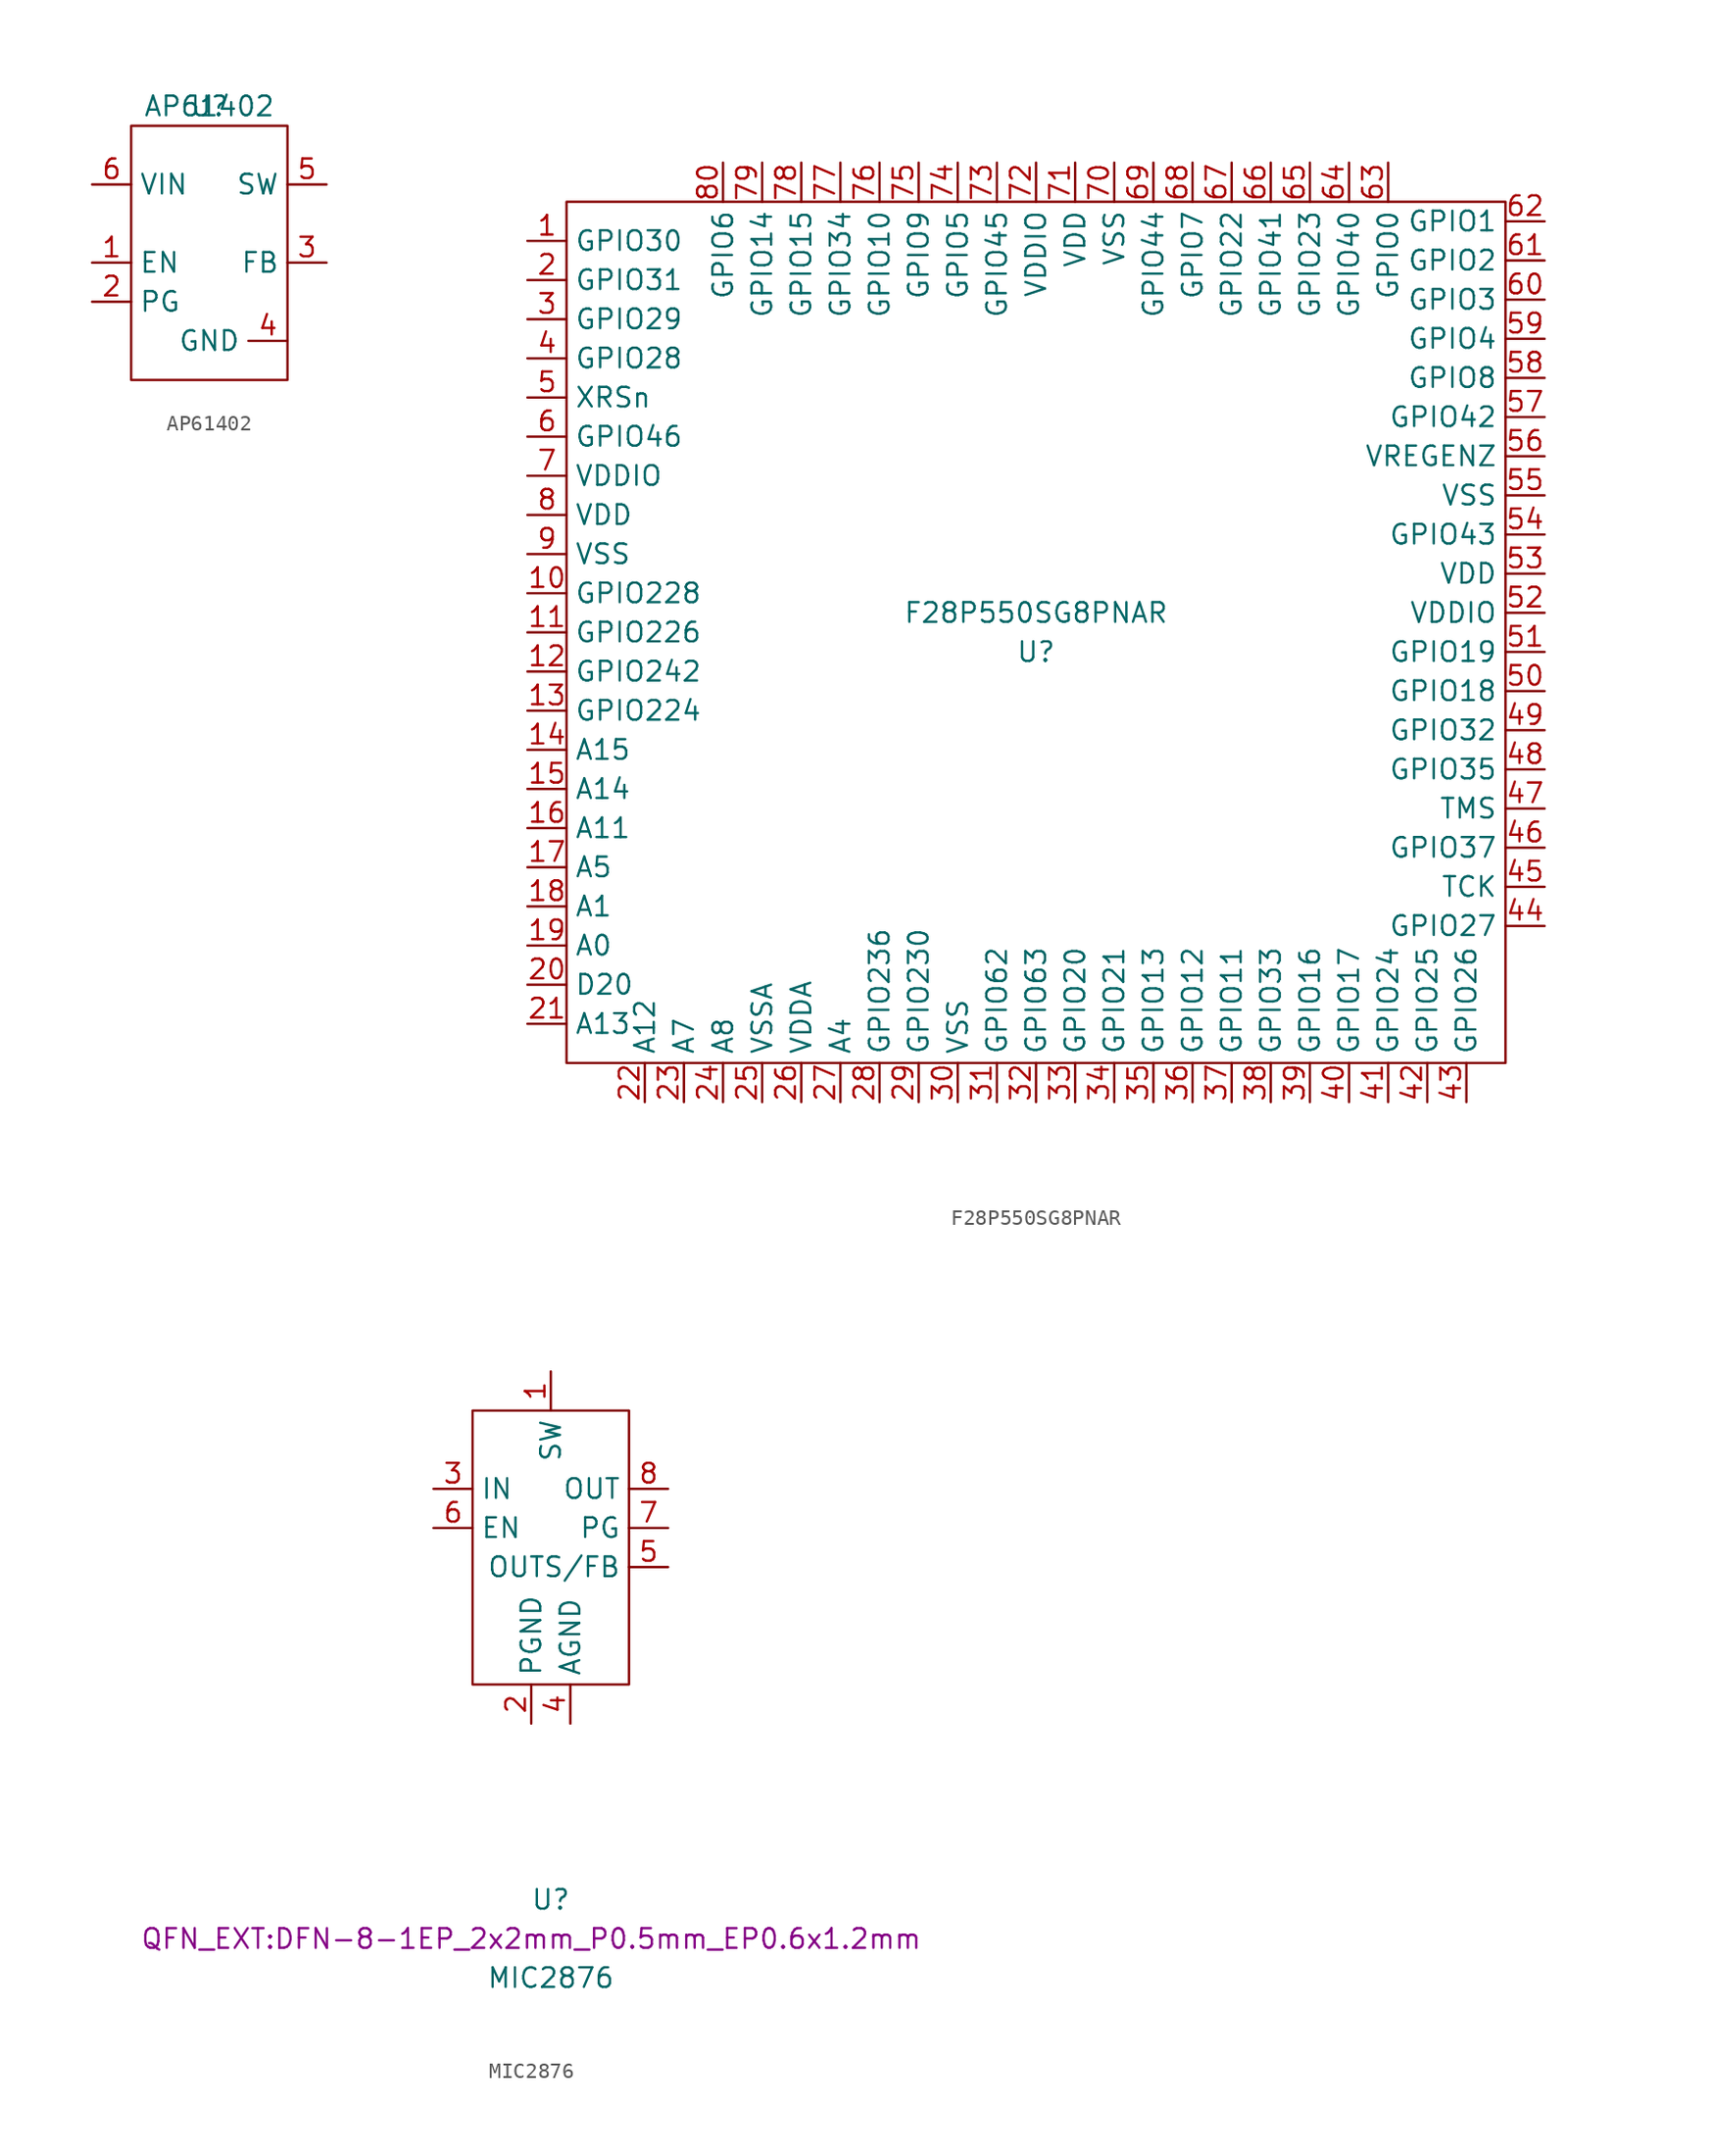
<source format=kicad_sym>
(kicad_symbol_lib
  (version 20211014)
  (generator kicad_symbol_editor)
  (symbol "AP61402"
    (property "Reference" "U"
      (at 0 8.89 0)
      (effects (font (size 1.27 1.27))))
    (property "Value" "AP61402"
      (at 0 8.89 0)
      (effects (font (size 1.27 1.27))))
    (symbol "AP61402_0_1"
      (rectangle (start -5.08 7.62) (end 5.08 -8.89) (stroke (width 0) (type default) (color 0 0 0 0)) (fill (type none))))
    (symbol "AP61402_1_1"
      (pin bidirectional line (at -7.62 -1.27 0) (length 2.54) (name "EN" (effects (font (size 1.27 1.27)))) (number "1" (effects (font (size 1.27 1.27)))))
      (pin bidirectional line (at -7.62 -3.81 0) (length 2.54) (name "PG" (effects (font (size 1.27 1.27)))) (number "2" (effects (font (size 1.27 1.27)))))
      (pin bidirectional line (at 7.62 -1.27 180) (length 2.54) (name "FB" (effects (font (size 1.27 1.27)))) (number "3" (effects (font (size 1.27 1.27)))))
      (pin bidirectional line (at 5.08 -6.35 180) (length 2.54) (name "GND" (effects (font (size 1.27 1.27)))) (number "4" (effects (font (size 1.27 1.27)))))
      (pin bidirectional line (at 7.62 3.81 180) (length 2.54) (name "SW" (effects (font (size 1.27 1.27)))) (number "5" (effects (font (size 1.27 1.27)))))
      (pin bidirectional line (at -7.62 3.81 0) (length 2.54) (name "VIN" (effects (font (size 1.27 1.27)))) (number "6" (effects (font (size 1.27 1.27)))))))
  (symbol "F28P550SG8PNAR"
    (property "Reference" "U"
      (at 2.54 -1.27 0)
      (effects (font (size 1.27 1.27))))
    (property "Value" "F28P550SG8PNAR"
      (at 2.54 1.27 0)
      (effects (font (size 1.27 1.27))))
    (symbol "F28P550SG8PNAR_0_1"
      (rectangle (start -27.94 27.94) (end 33.02 -27.94) (stroke (width 0) (type default) (color 0 0 0 0)) (fill (type none))))
    (symbol "F28P550SG8PNAR_1_1"
      (pin bidirectional line (at -30.48 25.4 0) (length 2.54) (name "GPIO30" (effects (font (size 1.27 1.27)))) (number "1" (effects (font (size 1.27 1.27)))))
      (pin bidirectional line (at -30.48 2.54 0) (length 2.54) (name "GPIO228" (effects (font (size 1.27 1.27)))) (number "10" (effects (font (size 1.27 1.27)))))
      (pin bidirectional line (at -30.48 0 0) (length 2.54) (name "GPIO226" (effects (font (size 1.27 1.27)))) (number "11" (effects (font (size 1.27 1.27)))))
      (pin bidirectional line (at -30.48 -2.54 0) (length 2.54) (name "GPIO242" (effects (font (size 1.27 1.27)))) (number "12" (effects (font (size 1.27 1.27)))))
      (pin bidirectional line (at -30.48 -5.08 0) (length 2.54) (name "GPIO224" (effects (font (size 1.27 1.27)))) (number "13" (effects (font (size 1.27 1.27)))))
      (pin bidirectional line (at -30.48 -7.62 0) (length 2.54) (name "A15" (effects (font (size 1.27 1.27)))) (number "14" (effects (font (size 1.27 1.27)))))
      (pin bidirectional line (at -30.48 -10.16 0) (length 2.54) (name "A14" (effects (font (size 1.27 1.27)))) (number "15" (effects (font (size 1.27 1.27)))))
      (pin bidirectional line (at -30.48 -12.7 0) (length 2.54) (name "A11" (effects (font (size 1.27 1.27)))) (number "16" (effects (font (size 1.27 1.27)))))
      (pin bidirectional line (at -30.48 -15.24 0) (length 2.54) (name "A5" (effects (font (size 1.27 1.27)))) (number "17" (effects (font (size 1.27 1.27)))))
      (pin bidirectional line (at -30.48 -17.78 0) (length 2.54) (name "A1" (effects (font (size 1.27 1.27)))) (number "18" (effects (font (size 1.27 1.27)))))
      (pin bidirectional line (at -30.48 -20.32 0) (length 2.54) (name "A0" (effects (font (size 1.27 1.27)))) (number "19" (effects (font (size 1.27 1.27)))))
      (pin bidirectional line (at -30.48 22.86 0) (length 2.54) (name "GPIO31" (effects (font (size 1.27 1.27)))) (number "2" (effects (font (size 1.27 1.27)))))
      (pin bidirectional line (at -30.48 -22.86 0) (length 2.54) (name "D20" (effects (font (size 1.27 1.27)))) (number "20" (effects (font (size 1.27 1.27)))))
      (pin bidirectional line (at -30.48 -25.4 0) (length 2.54) (name "A13" (effects (font (size 1.27 1.27)))) (number "21" (effects (font (size 1.27 1.27)))))
      (pin bidirectional line (at -22.86 -30.48 90) (length 2.54) (name "A12" (effects (font (size 1.27 1.27)))) (number "22" (effects (font (size 1.27 1.27)))))
      (pin bidirectional line (at -20.32 -30.48 90) (length 2.54) (name "A7" (effects (font (size 1.27 1.27)))) (number "23" (effects (font (size 1.27 1.27)))))
      (pin bidirectional line (at -17.78 -30.48 90) (length 2.54) (name "A8" (effects (font (size 1.27 1.27)))) (number "24" (effects (font (size 1.27 1.27)))))
      (pin bidirectional line (at -15.24 -30.48 90) (length 2.54) (name "VSSA" (effects (font (size 1.27 1.27)))) (number "25" (effects (font (size 1.27 1.27)))))
      (pin bidirectional line (at -12.7 -30.48 90) (length 2.54) (name "VDDA" (effects (font (size 1.27 1.27)))) (number "26" (effects (font (size 1.27 1.27)))))
      (pin bidirectional line (at -10.16 -30.48 90) (length 2.54) (name "A4" (effects (font (size 1.27 1.27)))) (number "27" (effects (font (size 1.27 1.27)))))
      (pin bidirectional line (at -7.62 -30.48 90) (length 2.54) (name "GPIO236" (effects (font (size 1.27 1.27)))) (number "28" (effects (font (size 1.27 1.27)))))
      (pin bidirectional line (at -5.08 -30.48 90) (length 2.54) (name "GPIO230" (effects (font (size 1.27 1.27)))) (number "29" (effects (font (size 1.27 1.27)))))
      (pin bidirectional line (at -30.48 20.32 0) (length 2.54) (name "GPIO29" (effects (font (size 1.27 1.27)))) (number "3" (effects (font (size 1.27 1.27)))))
      (pin bidirectional line (at -2.54 -30.48 90) (length 2.54) (name "VSS" (effects (font (size 1.27 1.27)))) (number "30" (effects (font (size 1.27 1.27)))))
      (pin bidirectional line (at 0 -30.48 90) (length 2.54) (name "GPIO62" (effects (font (size 1.27 1.27)))) (number "31" (effects (font (size 1.27 1.27)))))
      (pin bidirectional line (at 2.54 -30.48 90) (length 2.54) (name "GPIO63" (effects (font (size 1.27 1.27)))) (number "32" (effects (font (size 1.27 1.27)))))
      (pin bidirectional line (at 5.08 -30.48 90) (length 2.54) (name "GPIO20" (effects (font (size 1.27 1.27)))) (number "33" (effects (font (size 1.27 1.27)))))
      (pin bidirectional line (at 7.62 -30.48 90) (length 2.54) (name "GPIO21" (effects (font (size 1.27 1.27)))) (number "34" (effects (font (size 1.27 1.27)))))
      (pin bidirectional line (at 10.16 -30.48 90) (length 2.54) (name "GPIO13" (effects (font (size 1.27 1.27)))) (number "35" (effects (font (size 1.27 1.27)))))
      (pin bidirectional line (at 12.7 -30.48 90) (length 2.54) (name "GPIO12" (effects (font (size 1.27 1.27)))) (number "36" (effects (font (size 1.27 1.27)))))
      (pin bidirectional line (at 15.24 -30.48 90) (length 2.54) (name "GPIO11" (effects (font (size 1.27 1.27)))) (number "37" (effects (font (size 1.27 1.27)))))
      (pin bidirectional line (at 17.78 -30.48 90) (length 2.54) (name "GPIO33" (effects (font (size 1.27 1.27)))) (number "38" (effects (font (size 1.27 1.27)))))
      (pin bidirectional line (at 20.32 -30.48 90) (length 2.54) (name "GPIO16" (effects (font (size 1.27 1.27)))) (number "39" (effects (font (size 1.27 1.27)))))
      (pin bidirectional line (at -30.48 17.78 0) (length 2.54) (name "GPIO28" (effects (font (size 1.27 1.27)))) (number "4" (effects (font (size 1.27 1.27)))))
      (pin bidirectional line (at 22.86 -30.48 90) (length 2.54) (name "GPIO17" (effects (font (size 1.27 1.27)))) (number "40" (effects (font (size 1.27 1.27)))))
      (pin bidirectional line (at 25.4 -30.48 90) (length 2.54) (name "GPIO24" (effects (font (size 1.27 1.27)))) (number "41" (effects (font (size 1.27 1.27)))))
      (pin bidirectional line (at 27.94 -30.48 90) (length 2.54) (name "GPIO25" (effects (font (size 1.27 1.27)))) (number "42" (effects (font (size 1.27 1.27)))))
      (pin bidirectional line (at 30.48 -30.48 90) (length 2.54) (name "GPIO26" (effects (font (size 1.27 1.27)))) (number "43" (effects (font (size 1.27 1.27)))))
      (pin bidirectional line (at 35.56 -19.05 180) (length 2.54) (name "GPIO27" (effects (font (size 1.27 1.27)))) (number "44" (effects (font (size 1.27 1.27)))))
      (pin bidirectional line (at 35.56 -16.51 180) (length 2.54) (name "TCK" (effects (font (size 1.27 1.27)))) (number "45" (effects (font (size 1.27 1.27)))))
      (pin bidirectional line (at 35.56 -13.97 180) (length 2.54) (name "GPIO37" (effects (font (size 1.27 1.27)))) (number "46" (effects (font (size 1.27 1.27)))))
      (pin bidirectional line (at 35.56 -11.43 180) (length 2.54) (name "TMS" (effects (font (size 1.27 1.27)))) (number "47" (effects (font (size 1.27 1.27)))))
      (pin bidirectional line (at 35.56 -8.89 180) (length 2.54) (name "GPIO35" (effects (font (size 1.27 1.27)))) (number "48" (effects (font (size 1.27 1.27)))))
      (pin bidirectional line (at 35.56 -6.35 180) (length 2.54) (name "GPIO32" (effects (font (size 1.27 1.27)))) (number "49" (effects (font (size 1.27 1.27)))))
      (pin bidirectional line (at -30.48 15.24 0) (length 2.54) (name "XRSn" (effects (font (size 1.27 1.27)))) (number "5" (effects (font (size 1.27 1.27)))))
      (pin bidirectional line (at 35.56 -3.81 180) (length 2.54) (name "GPIO18" (effects (font (size 1.27 1.27)))) (number "50" (effects (font (size 1.27 1.27)))))
      (pin bidirectional line (at 35.56 -1.27 180) (length 2.54) (name "GPIO19" (effects (font (size 1.27 1.27)))) (number "51" (effects (font (size 1.27 1.27)))))
      (pin bidirectional line (at 35.56 1.27 180) (length 2.54) (name "VDDIO" (effects (font (size 1.27 1.27)))) (number "52" (effects (font (size 1.27 1.27)))))
      (pin bidirectional line (at 35.56 3.81 180) (length 2.54) (name "VDD" (effects (font (size 1.27 1.27)))) (number "53" (effects (font (size 1.27 1.27)))))
      (pin bidirectional line (at 35.56 6.35 180) (length 2.54) (name "GPIO43" (effects (font (size 1.27 1.27)))) (number "54" (effects (font (size 1.27 1.27)))))
      (pin bidirectional line (at 35.56 8.89 180) (length 2.54) (name "VSS" (effects (font (size 1.27 1.27)))) (number "55" (effects (font (size 1.27 1.27)))))
      (pin bidirectional line (at 35.56 11.43 180) (length 2.54) (name "VREGENZ" (effects (font (size 1.27 1.27)))) (number "56" (effects (font (size 1.27 1.27)))))
      (pin bidirectional line (at 35.56 13.97 180) (length 2.54) (name "GPIO42" (effects (font (size 1.27 1.27)))) (number "57" (effects (font (size 1.27 1.27)))))
      (pin bidirectional line (at 35.56 16.51 180) (length 2.54) (name "GPIO8" (effects (font (size 1.27 1.27)))) (number "58" (effects (font (size 1.27 1.27)))))
      (pin bidirectional line (at 35.56 19.05 180) (length 2.54) (name "GPIO4" (effects (font (size 1.27 1.27)))) (number "59" (effects (font (size 1.27 1.27)))))
      (pin bidirectional line (at -30.48 12.7 0) (length 2.54) (name "GPIO46" (effects (font (size 1.27 1.27)))) (number "6" (effects (font (size 1.27 1.27)))))
      (pin bidirectional line (at 35.56 21.59 180) (length 2.54) (name "GPIO3" (effects (font (size 1.27 1.27)))) (number "60" (effects (font (size 1.27 1.27)))))
      (pin bidirectional line (at 35.56 24.13 180) (length 2.54) (name "GPIO2" (effects (font (size 1.27 1.27)))) (number "61" (effects (font (size 1.27 1.27)))))
      (pin bidirectional line (at 35.56 26.67 180) (length 2.54) (name "GPIO1" (effects (font (size 1.27 1.27)))) (number "62" (effects (font (size 1.27 1.27)))))
      (pin bidirectional line (at 25.4 30.48 270) (length 2.54) (name "GPIO0" (effects (font (size 1.27 1.27)))) (number "63" (effects (font (size 1.27 1.27)))))
      (pin bidirectional line (at 22.86 30.48 270) (length 2.54) (name "GPIO40" (effects (font (size 1.27 1.27)))) (number "64" (effects (font (size 1.27 1.27)))))
      (pin bidirectional line (at 20.32 30.48 270) (length 2.54) (name "GPIO23" (effects (font (size 1.27 1.27)))) (number "65" (effects (font (size 1.27 1.27)))))
      (pin bidirectional line (at 17.78 30.48 270) (length 2.54) (name "GPIO41" (effects (font (size 1.27 1.27)))) (number "66" (effects (font (size 1.27 1.27)))))
      (pin bidirectional line (at 15.24 30.48 270) (length 2.54) (name "GPIO22" (effects (font (size 1.27 1.27)))) (number "67" (effects (font (size 1.27 1.27)))))
      (pin bidirectional line (at 12.7 30.48 270) (length 2.54) (name "GPIO7" (effects (font (size 1.27 1.27)))) (number "68" (effects (font (size 1.27 1.27)))))
      (pin bidirectional line (at 10.16 30.48 270) (length 2.54) (name "GPIO44" (effects (font (size 1.27 1.27)))) (number "69" (effects (font (size 1.27 1.27)))))
      (pin bidirectional line (at -30.48 10.16 0) (length 2.54) (name "VDDIO" (effects (font (size 1.27 1.27)))) (number "7" (effects (font (size 1.27 1.27)))))
      (pin bidirectional line (at 7.62 30.48 270) (length 2.54) (name "VSS" (effects (font (size 1.27 1.27)))) (number "70" (effects (font (size 1.27 1.27)))))
      (pin bidirectional line (at 5.08 30.48 270) (length 2.54) (name "VDD" (effects (font (size 1.27 1.27)))) (number "71" (effects (font (size 1.27 1.27)))))
      (pin bidirectional line (at 2.54 30.48 270) (length 2.54) (name "VDDIO" (effects (font (size 1.27 1.27)))) (number "72" (effects (font (size 1.27 1.27)))))
      (pin bidirectional line (at 0 30.48 270) (length 2.54) (name "GPIO45" (effects (font (size 1.27 1.27)))) (number "73" (effects (font (size 1.27 1.27)))))
      (pin bidirectional line (at -2.54 30.48 270) (length 2.54) (name "GPIO5" (effects (font (size 1.27 1.27)))) (number "74" (effects (font (size 1.27 1.27)))))
      (pin bidirectional line (at -5.08 30.48 270) (length 2.54) (name "GPIO9" (effects (font (size 1.27 1.27)))) (number "75" (effects (font (size 1.27 1.27)))))
      (pin bidirectional line (at -7.62 30.48 270) (length 2.54) (name "GPIO10" (effects (font (size 1.27 1.27)))) (number "76" (effects (font (size 1.27 1.27)))))
      (pin bidirectional line (at -10.16 30.48 270) (length 2.54) (name "GPIO34" (effects (font (size 1.27 1.27)))) (number "77" (effects (font (size 1.27 1.27)))))
      (pin bidirectional line (at -12.7 30.48 270) (length 2.54) (name "GPIO15" (effects (font (size 1.27 1.27)))) (number "78" (effects (font (size 1.27 1.27)))))
      (pin bidirectional line (at -15.24 30.48 270) (length 2.54) (name "GPIO14" (effects (font (size 1.27 1.27)))) (number "79" (effects (font (size 1.27 1.27)))))
      (pin bidirectional line (at -30.48 7.62 0) (length 2.54) (name "VDD" (effects (font (size 1.27 1.27)))) (number "8" (effects (font (size 1.27 1.27)))))
      (pin bidirectional line (at -17.78 30.48 270) (length 2.54) (name "GPIO6" (effects (font (size 1.27 1.27)))) (number "80" (effects (font (size 1.27 1.27)))))
      (pin bidirectional line (at -30.48 5.08 0) (length 2.54) (name "VSS" (effects (font (size 1.27 1.27)))) (number "9" (effects (font (size 1.27 1.27)))))))
  (symbol "MIC2876"
    (property "Reference" "U"
      (at 0 -22.86 0)
      (effects (font (size 1.27 1.27))))
    (property "Value" "MIC2876"
      (at 0 -27.94 0)
      (effects (font (size 1.27 1.27))))
    (property "Footprint" "QFN_EXT:DFN-8-1EP_2x2mm_P0.5mm_EP0.6x1.2mm"
      (at -1.27 -25.4 0)
      (effects (font (size 1.27 1.27))))
    (symbol "MIC2876_0_1"
      (rectangle (start -5.08 8.89) (end 5.08 -8.89) (stroke (width 0) (type default) (color 0 0 0 0)) (fill (type none))))
    (symbol "MIC2876_1_1"
      (pin bidirectional line (at 0 11.43 270) (length 2.54) (name "SW" (effects (font (size 1.27 1.27)))) (number "1" (effects (font (size 1.27 1.27)))))
      (pin bidirectional line (at -1.27 -11.43 90) (length 2.54) (name "PGND" (effects (font (size 1.27 1.27)))) (number "2" (effects (font (size 1.27 1.27)))))
      (pin bidirectional line (at -7.62 3.81 0) (length 2.54) (name "IN" (effects (font (size 1.27 1.27)))) (number "3" (effects (font (size 1.27 1.27)))))
      (pin bidirectional line (at 1.27 -11.43 90) (length 2.54) (name "AGND" (effects (font (size 1.27 1.27)))) (number "4" (effects (font (size 1.27 1.27)))))
      (pin bidirectional line (at 7.62 -1.27 180) (length 2.54) (name "OUTS/FB" (effects (font (size 1.27 1.27)))) (number "5" (effects (font (size 1.27 1.27)))))
      (pin bidirectional line (at -7.62 1.27 0) (length 2.54) (name "EN" (effects (font (size 1.27 1.27)))) (number "6" (effects (font (size 1.27 1.27)))))
      (pin bidirectional line (at 7.62 1.27 180) (length 2.54) (name "PG" (effects (font (size 1.27 1.27)))) (number "7" (effects (font (size 1.27 1.27)))))
      (pin bidirectional line (at 7.62 3.81 180) (length 2.54) (name "OUT" (effects (font (size 1.27 1.27)))) (number "8" (effects (font (size 1.27 1.27))))))))
</source>
